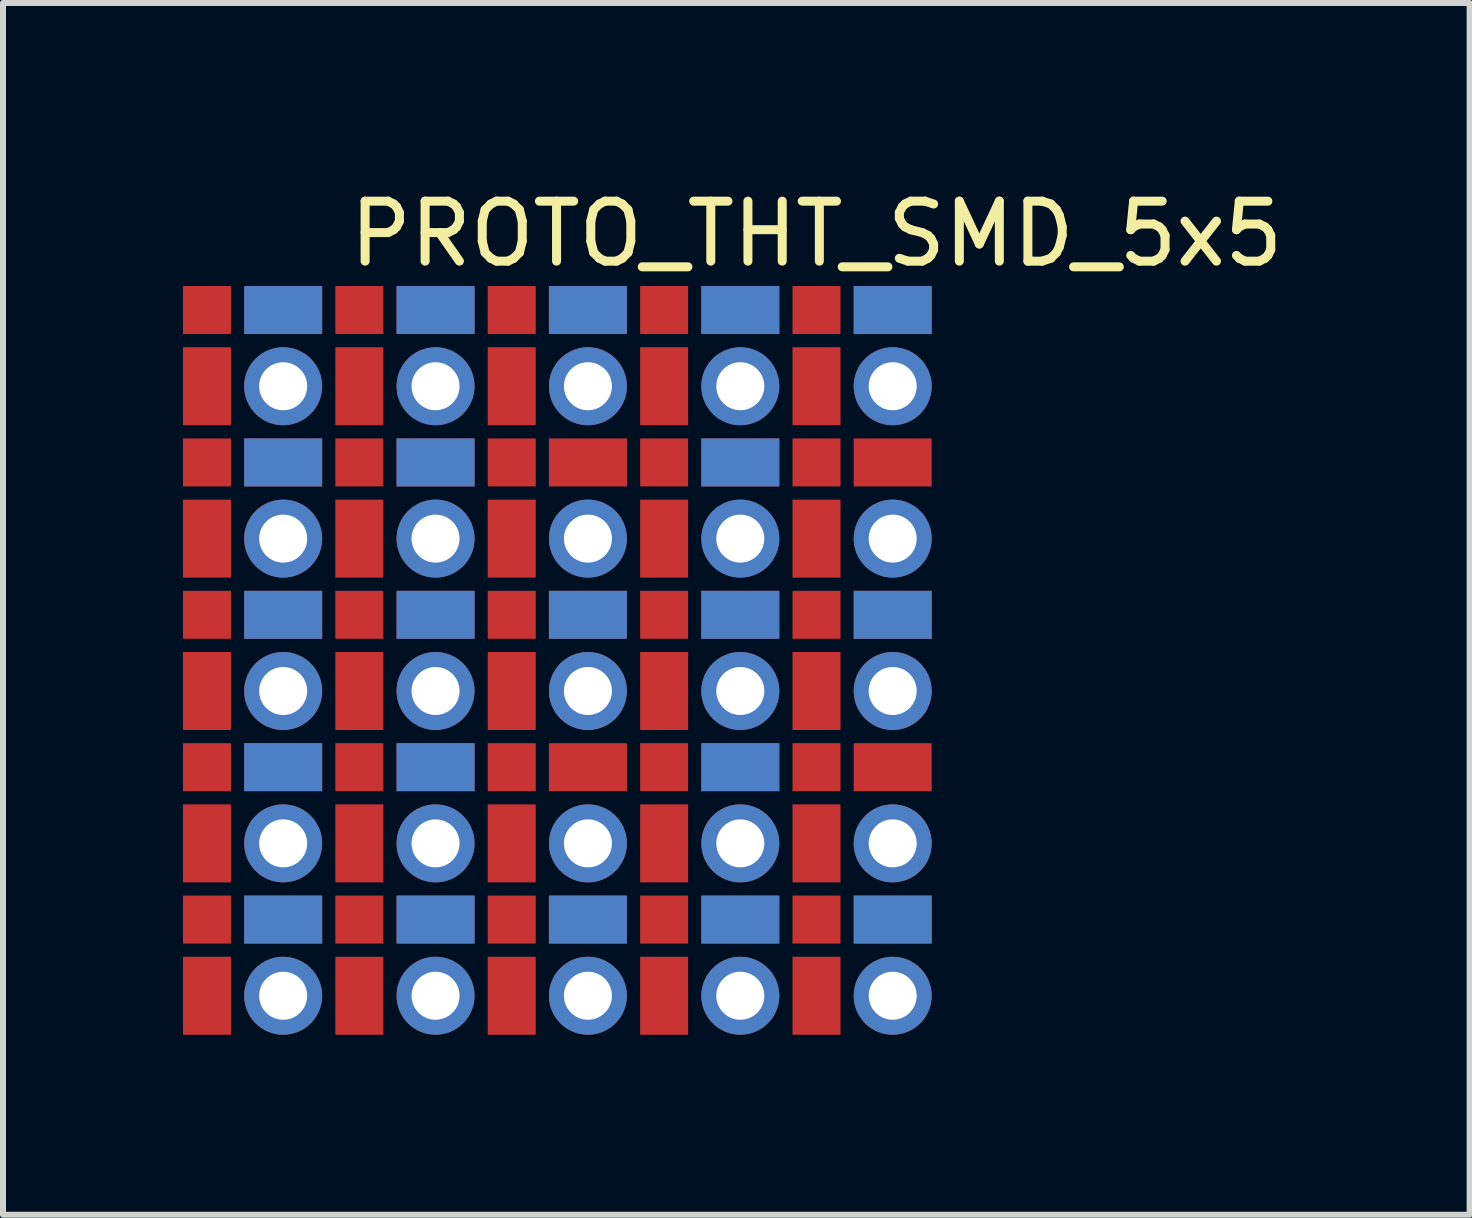
<source format=kicad_pcb>
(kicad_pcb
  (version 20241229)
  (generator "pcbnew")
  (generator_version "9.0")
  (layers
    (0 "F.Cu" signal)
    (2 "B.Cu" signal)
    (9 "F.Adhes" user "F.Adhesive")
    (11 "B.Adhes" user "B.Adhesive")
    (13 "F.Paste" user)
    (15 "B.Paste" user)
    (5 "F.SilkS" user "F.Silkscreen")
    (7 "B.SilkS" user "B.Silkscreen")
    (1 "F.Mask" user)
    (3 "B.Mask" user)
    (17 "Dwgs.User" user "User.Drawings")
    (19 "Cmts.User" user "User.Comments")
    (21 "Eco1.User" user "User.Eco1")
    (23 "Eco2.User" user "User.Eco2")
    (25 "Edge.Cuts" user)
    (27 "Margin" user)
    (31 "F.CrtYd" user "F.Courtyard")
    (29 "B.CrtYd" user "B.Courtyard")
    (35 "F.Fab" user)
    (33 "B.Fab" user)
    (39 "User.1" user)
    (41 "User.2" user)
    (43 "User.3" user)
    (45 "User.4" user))
  (footprint "PROTO_THT_SMD_5x5"
    (layer "F.Cu")
    (at 11.83 3.388)
    (property "Reference" "PROTO_THT_SMD_5x5" (at -1.27 -2.54 0) (layer "F.SilkS") (effects (font (size 1 1) (thickness 0.15))))
    (attr through_hole)
    (pad "" smd rect (at -11.43 -1.27 90) (size 0.8 0.8) (layers "F.Cu" "F.Mask" "F.Paste"))
    (pad "" smd rect (at -11.43 -1.27 90) (size 0.8 0.8) (layers "B.Mask"))
    (pad "" smd rect (at -11.43 0 90) (size 1.3 0.8) (layers "F.Cu" "F.Mask"))
    (pad "" smd rect (at -11.43 0 90) (size 1.3 0.8) (layers "B.Mask"))
    (pad "" smd rect (at -11.43 1.27 90) (size 0.8 0.8) (layers "F.Cu" "F.Mask" "F.Paste"))
    (pad "" smd rect (at -11.43 1.27 90) (size 0.8 0.8) (layers "B.Mask"))
    (pad "" smd rect (at -11.43 2.54 90) (size 1.3 0.8) (layers "F.Cu" "F.Mask"))
    (pad "" smd rect (at -11.43 2.54 90) (size 1.3 0.8) (layers "B.Mask"))
    (pad "" smd rect (at -11.43 3.81 90) (size 0.8 0.8) (layers "F.Cu" "F.Mask" "F.Paste"))
    (pad "" smd rect (at -11.43 3.81 90) (size 0.8 0.8) (layers "B.Mask"))
    (pad "" smd rect (at -11.43 5.08 90) (size 1.3 0.8) (layers "F.Cu" "F.Mask"))
    (pad "" smd rect (at -11.43 5.08 90) (size 1.3 0.8) (layers "B.Mask"))
    (pad "" smd rect (at -11.43 6.35 90) (size 0.8 0.8) (layers "F.Cu" "F.Mask" "F.Paste"))
    (pad "" smd rect (at -11.43 6.35 90) (size 0.8 0.8) (layers "B.Mask"))
    (pad "" smd rect (at -11.43 7.62 90) (size 1.3 0.8) (layers "F.Cu" "F.Mask"))
    (pad "" smd rect (at -11.43 7.62 90) (size 1.3 0.8) (layers "B.Mask"))
    (pad "" smd rect (at -11.43 8.89 90) (size 0.8 0.8) (layers "F.Cu" "F.Mask" "F.Paste"))
    (pad "" smd rect (at -11.43 8.89 90) (size 0.8 0.8) (layers "B.Mask"))
    (pad "" smd rect (at -11.43 10.16 90) (size 1.3 0.8) (layers "F.Cu" "F.Mask"))
    (pad "" smd rect (at -11.43 10.16 90) (size 1.3 0.8) (layers "B.Mask"))
    (pad "" smd rect (at -10.16 -1.27) (size 1.3 0.8) (layers "F.Cu" "F.Mask"))
    (pad "" smd rect (at -10.16 -1.27) (size 1.3 0.8) (layers "B.Cu" "B.Mask"))
    (pad "" thru_hole circle (at -10.16 0) (size 1.3 1.3) (drill 0.8) (layers "*.Cu" "*.Mask"))
    (pad "" smd rect (at -10.16 1.27) (size 1.3 0.8) (layers "F.Cu" "F.Mask"))
    (pad "" smd rect (at -10.16 1.27) (size 1.3 0.8) (layers "B.Cu" "B.Mask"))
    (pad "" thru_hole circle (at -10.16 2.54) (size 1.3 1.3) (drill 0.8) (layers "*.Cu" "*.Mask"))
    (pad "" smd rect (at -10.16 3.81) (size 1.3 0.8) (layers "F.Cu" "F.Mask"))
    (pad "" smd rect (at -10.16 3.81) (size 1.3 0.8) (layers "B.Cu" "B.Mask"))
    (pad "" thru_hole circle (at -10.16 5.08) (size 1.3 1.3) (drill 0.8) (layers "*.Cu" "*.Mask"))
    (pad "" smd rect (at -10.16 6.35) (size 1.3 0.8) (layers "F.Cu" "F.Mask"))
    (pad "" smd rect (at -10.16 6.35) (size 1.3 0.8) (layers "B.Cu" "B.Mask"))
    (pad "" thru_hole circle (at -10.16 7.62) (size 1.3 1.3) (drill 0.8) (layers "*.Cu" "*.Mask"))
    (pad "" smd rect (at -10.16 8.89) (size 1.3 0.8) (layers "F.Cu" "F.Mask"))
    (pad "" smd rect (at -10.16 8.89) (size 1.3 0.8) (layers "B.Cu" "B.Mask"))
    (pad "" thru_hole circle (at -10.16 10.16) (size 1.3 1.3) (drill 0.8) (layers "*.Cu" "*.Mask"))
    (pad "" smd rect (at -8.89 -1.27 90) (size 0.8 0.8) (layers "F.Cu" "F.Mask" "F.Paste"))
    (pad "" smd rect (at -8.89 -1.27 90) (size 0.8 0.8) (layers "B.Mask"))
    (pad "" smd rect (at -8.89 0 90) (size 1.3 0.8) (layers "F.Cu" "F.Mask"))
    (pad "" smd rect (at -8.89 0 90) (size 1.3 0.8) (layers "B.Mask"))
    (pad "" smd rect (at -8.89 1.27 90) (size 0.8 0.8) (layers "F.Cu" "F.Mask" "F.Paste"))
    (pad "" smd rect (at -8.89 1.27 90) (size 0.8 0.8) (layers "B.Mask"))
    (pad "" smd rect (at -8.89 2.54 90) (size 1.3 0.8) (layers "F.Cu" "F.Mask"))
    (pad "" smd rect (at -8.89 2.54 90) (size 1.3 0.8) (layers "B.Mask"))
    (pad "" smd rect (at -8.89 3.81 90) (size 0.8 0.8) (layers "F.Cu" "F.Mask" "F.Paste"))
    (pad "" smd rect (at -8.89 3.81 90) (size 0.8 0.8) (layers "B.Mask"))
    (pad "" smd rect (at -8.89 5.08 90) (size 1.3 0.8) (layers "F.Cu" "F.Mask"))
    (pad "" smd rect (at -8.89 5.08 90) (size 1.3 0.8) (layers "B.Mask"))
    (pad "" smd rect (at -8.89 6.35 90) (size 0.8 0.8) (layers "F.Cu" "F.Mask" "F.Paste"))
    (pad "" smd rect (at -8.89 6.35 90) (size 0.8 0.8) (layers "B.Mask"))
    (pad "" smd rect (at -8.89 7.62 90) (size 1.3 0.8) (layers "F.Cu" "F.Mask"))
    (pad "" smd rect (at -8.89 7.62 90) (size 1.3 0.8) (layers "B.Mask"))
    (pad "" smd rect (at -8.89 8.89 90) (size 0.8 0.8) (layers "F.Cu" "F.Mask" "F.Paste"))
    (pad "" smd rect (at -8.89 8.89 90) (size 0.8 0.8) (layers "B.Mask"))
    (pad "" smd rect (at -8.89 10.16 90) (size 1.3 0.8) (layers "F.Cu" "F.Mask"))
    (pad "" smd rect (at -8.89 10.16 90) (size 1.3 0.8) (layers "B.Mask"))
    (pad "" smd rect (at -7.62 -1.27) (size 1.3 0.8) (layers "F.Cu" "F.Mask"))
    (pad "" smd rect (at -7.62 -1.27) (size 1.3 0.8) (layers "B.Cu" "B.Mask"))
    (pad "" thru_hole circle (at -7.62 0) (size 1.3 1.3) (drill 0.8) (layers "*.Cu" "*.Mask"))
    (pad "" smd rect (at -7.62 1.27) (size 1.3 0.8) (layers "F.Cu" "F.Mask"))
    (pad "" smd rect (at -7.62 1.27) (size 1.3 0.8) (layers "B.Cu" "B.Mask"))
    (pad "" thru_hole circle (at -7.62 2.54) (size 1.3 1.3) (drill 0.8) (layers "*.Cu" "*.Mask"))
    (pad "" smd rect (at -7.62 3.81) (size 1.3 0.8) (layers "F.Cu" "F.Mask"))
    (pad "" smd rect (at -7.62 3.81) (size 1.3 0.8) (layers "B.Cu" "B.Mask"))
    (pad "" thru_hole circle (at -7.62 5.08) (size 1.3 1.3) (drill 0.8) (layers "*.Cu" "*.Mask"))
    (pad "" smd rect (at -7.62 6.35) (size 1.3 0.8) (layers "F.Cu" "F.Mask"))
    (pad "" smd rect (at -7.62 6.35) (size 1.3 0.8) (layers "B.Cu" "B.Mask"))
    (pad "" thru_hole circle (at -7.62 7.62) (size 1.3 1.3) (drill 0.8) (layers "*.Cu" "*.Mask"))
    (pad "" smd rect (at -7.62 8.89) (size 1.3 0.8) (layers "F.Cu" "F.Mask"))
    (pad "" smd rect (at -7.62 8.89) (size 1.3 0.8) (layers "B.Cu" "B.Mask"))
    (pad "" thru_hole circle (at -7.62 10.16) (size 1.3 1.3) (drill 0.8) (layers "*.Cu" "*.Mask"))
    (pad "" smd rect (at -6.35 -1.27 90) (size 0.8 0.8) (layers "F.Cu" "F.Mask" "F.Paste"))
    (pad "" smd rect (at -6.35 -1.27 90) (size 0.8 0.8) (layers "B.Mask"))
    (pad "" smd rect (at -6.35 0 90) (size 1.3 0.8) (layers "F.Cu" "F.Mask"))
    (pad "" smd rect (at -6.35 0 90) (size 1.3 0.8) (layers "B.Mask"))
    (pad "" smd rect (at -6.35 1.27 90) (size 0.8 0.8) (layers "F.Cu" "F.Mask" "F.Paste"))
    (pad "" smd rect (at -6.35 1.27 90) (size 0.8 0.8) (layers "B.Mask"))
    (pad "" smd rect (at -6.35 2.54 90) (size 1.3 0.8) (layers "F.Cu" "F.Mask"))
    (pad "" smd rect (at -6.35 2.54 90) (size 1.3 0.8) (layers "B.Mask"))
    (pad "" smd rect (at -6.35 3.81 90) (size 0.8 0.8) (layers "F.Cu" "F.Mask" "F.Paste"))
    (pad "" smd rect (at -6.35 3.81 90) (size 0.8 0.8) (layers "B.Mask"))
    (pad "" smd rect (at -6.35 5.08 90) (size 1.3 0.8) (layers "F.Cu" "F.Mask"))
    (pad "" smd rect (at -6.35 5.08 90) (size 1.3 0.8) (layers "B.Mask"))
    (pad "" smd rect (at -6.35 6.35 90) (size 0.8 0.8) (layers "F.Cu" "F.Mask" "F.Paste"))
    (pad "" smd rect (at -6.35 6.35 90) (size 0.8 0.8) (layers "B.Mask"))
    (pad "" smd rect (at -6.35 7.62 90) (size 1.3 0.8) (layers "F.Cu" "F.Mask"))
    (pad "" smd rect (at -6.35 7.62 90) (size 1.3 0.8) (layers "B.Mask"))
    (pad "" smd rect (at -6.35 8.89 90) (size 0.8 0.8) (layers "F.Cu" "F.Mask" "F.Paste"))
    (pad "" smd rect (at -6.35 8.89 90) (size 0.8 0.8) (layers "B.Mask"))
    (pad "" smd rect (at -6.35 10.16 90) (size 1.3 0.8) (layers "F.Cu" "F.Mask"))
    (pad "" smd rect (at -6.35 10.16 90) (size 1.3 0.8) (layers "B.Mask"))
    (pad "" smd rect (at -5.08 -1.27) (size 1.3 0.8) (layers "F.Cu" "F.Mask"))
    (pad "" smd rect (at -5.08 -1.27) (size 1.3 0.8) (layers "B.Cu" "B.Mask"))
    (pad "" thru_hole circle (at -5.08 0) (size 1.3 1.3) (drill 0.8) (layers "*.Cu" "*.Mask"))
    (pad "" smd rect (at -5.08 1.27) (size 1.3 0.8) (layers "F.Cu" "F.Mask"))
    (pad "" smd rect (at -5.08 1.27) (size 1.3 0.8) (layers "B.Mask"))
    (pad "" thru_hole circle (at -5.08 2.54) (size 1.3 1.3) (drill 0.8) (layers "*.Cu" "*.Mask"))
    (pad "" smd rect (at -5.08 3.81) (size 1.3 0.8) (layers "F.Cu" "F.Mask"))
    (pad "" smd rect (at -5.08 3.81) (size 1.3 0.8) (layers "B.Cu" "B.Mask"))
    (pad "" thru_hole circle (at -5.08 5.08) (size 1.3 1.3) (drill 0.8) (layers "*.Cu" "*.Mask"))
    (pad "" smd rect (at -5.08 6.35) (size 1.3 0.8) (layers "F.Cu" "F.Mask"))
    (pad "" smd rect (at -5.08 6.35) (size 1.3 0.8) (layers "B.Mask"))
    (pad "" thru_hole circle (at -5.08 7.62) (size 1.3 1.3) (drill 0.8) (layers "*.Cu" "*.Mask"))
    (pad "" smd rect (at -5.08 8.89) (size 1.3 0.8) (layers "F.Cu" "F.Mask"))
    (pad "" smd rect (at -5.08 8.89) (size 1.3 0.8) (layers "B.Cu" "B.Mask"))
    (pad "" thru_hole circle (at -5.08 10.16) (size 1.3 1.3) (drill 0.8) (layers "*.Cu" "*.Mask"))
    (pad "" smd rect (at -3.81 -1.27 90) (size 0.8 0.8) (layers "F.Cu" "F.Mask" "F.Paste"))
    (pad "" smd rect (at -3.81 -1.27 90) (size 0.8 0.8) (layers "B.Mask"))
    (pad "" smd rect (at -3.81 0 90) (size 1.3 0.8) (layers "F.Cu" "F.Mask"))
    (pad "" smd rect (at -3.81 0 90) (size 1.3 0.8) (layers "B.Mask"))
    (pad "" smd rect (at -3.81 1.27 90) (size 0.8 0.8) (layers "F.Cu" "F.Mask" "F.Paste"))
    (pad "" smd rect (at -3.81 1.27 90) (size 0.8 0.8) (layers "B.Mask"))
    (pad "" smd rect (at -3.81 2.54 90) (size 1.3 0.8) (layers "F.Cu" "F.Mask"))
    (pad "" smd rect (at -3.81 2.54 90) (size 1.3 0.8) (layers "B.Mask"))
    (pad "" smd rect (at -3.81 3.81 90) (size 0.8 0.8) (layers "F.Cu" "F.Mask" "F.Paste"))
    (pad "" smd rect (at -3.81 3.81 90) (size 0.8 0.8) (layers "B.Mask"))
    (pad "" smd rect (at -3.81 5.08 90) (size 1.3 0.8) (layers "F.Cu" "F.Mask"))
    (pad "" smd rect (at -3.81 5.08 90) (size 1.3 0.8) (layers "B.Mask"))
    (pad "" smd rect (at -3.81 6.35 90) (size 0.8 0.8) (layers "F.Cu" "F.Mask" "F.Paste"))
    (pad "" smd rect (at -3.81 6.35 90) (size 0.8 0.8) (layers "B.Mask"))
    (pad "" smd rect (at -3.81 7.62 90) (size 1.3 0.8) (layers "F.Cu" "F.Mask"))
    (pad "" smd rect (at -3.81 7.62 90) (size 1.3 0.8) (layers "B.Mask"))
    (pad "" smd rect (at -3.81 8.89 90) (size 0.8 0.8) (layers "F.Cu" "F.Mask" "F.Paste"))
    (pad "" smd rect (at -3.81 8.89 90) (size 0.8 0.8) (layers "B.Mask"))
    (pad "" smd rect (at -3.81 10.16 90) (size 1.3 0.8) (layers "F.Cu" "F.Mask"))
    (pad "" smd rect (at -3.81 10.16 90) (size 1.3 0.8) (layers "B.Mask"))
    (pad "" smd rect (at -2.54 -1.27) (size 1.3 0.8) (layers "F.Cu" "F.Mask"))
    (pad "" smd rect (at -2.54 -1.27) (size 1.3 0.8) (layers "B.Cu" "B.Mask"))
    (pad "" thru_hole circle (at -2.54 0) (size 1.3 1.3) (drill 0.8) (layers "*.Cu" "*.Mask"))
    (pad "" smd rect (at -2.54 1.27) (size 1.3 0.8) (layers "F.Cu" "F.Mask"))
    (pad "" smd rect (at -2.54 1.27) (size 1.3 0.8) (layers "B.Cu" "B.Mask"))
    (pad "" thru_hole circle (at -2.54 2.54) (size 1.3 1.3) (drill 0.8) (layers "*.Cu" "*.Mask"))
    (pad "" smd rect (at -2.54 3.81) (size 1.3 0.8) (layers "F.Cu" "F.Mask"))
    (pad "" smd rect (at -2.54 3.81) (size 1.3 0.8) (layers "B.Cu" "B.Mask"))
    (pad "" thru_hole circle (at -2.54 5.08) (size 1.3 1.3) (drill 0.8) (layers "*.Cu" "*.Mask"))
    (pad "" smd rect (at -2.54 6.35) (size 1.3 0.8) (layers "F.Cu" "F.Mask"))
    (pad "" smd rect (at -2.54 6.35) (size 1.3 0.8) (layers "B.Cu" "B.Mask"))
    (pad "" thru_hole circle (at -2.54 7.62) (size 1.3 1.3) (drill 0.8) (layers "*.Cu" "*.Mask"))
    (pad "" smd rect (at -2.54 8.89) (size 1.3 0.8) (layers "F.Cu" "F.Mask"))
    (pad "" smd rect (at -2.54 8.89) (size 1.3 0.8) (layers "B.Cu" "B.Mask"))
    (pad "" thru_hole circle (at -2.54 10.16) (size 1.3 1.3) (drill 0.8) (layers "*.Cu" "*.Mask"))
    (pad "" smd rect (at -1.27 -1.27 90) (size 0.8 0.8) (layers "F.Cu" "F.Mask" "F.Paste"))
    (pad "" smd rect (at -1.27 -1.27 90) (size 0.8 0.8) (layers "B.Mask"))
    (pad "" smd rect (at -1.27 0 90) (size 1.3 0.8) (layers "F.Cu" "F.Mask"))
    (pad "" smd rect (at -1.27 0 90) (size 1.3 0.8) (layers "B.Mask"))
    (pad "" smd rect (at -1.27 1.27 90) (size 0.8 0.8) (layers "F.Cu" "F.Mask" "F.Paste"))
    (pad "" smd rect (at -1.27 1.27 90) (size 0.8 0.8) (layers "B.Mask"))
    (pad "" smd rect (at -1.27 2.54 90) (size 1.3 0.8) (layers "F.Cu" "F.Mask"))
    (pad "" smd rect (at -1.27 2.54 90) (size 1.3 0.8) (layers "B.Mask"))
    (pad "" smd rect (at -1.27 3.81 90) (size 0.8 0.8) (layers "F.Cu" "F.Mask" "F.Paste"))
    (pad "" smd rect (at -1.27 3.81 90) (size 0.8 0.8) (layers "B.Mask"))
    (pad "" smd rect (at -1.27 5.08 90) (size 1.3 0.8) (layers "F.Cu" "F.Mask"))
    (pad "" smd rect (at -1.27 5.08 90) (size 1.3 0.8) (layers "B.Mask"))
    (pad "" smd rect (at -1.27 6.35 90) (size 0.8 0.8) (layers "F.Cu" "F.Mask" "F.Paste"))
    (pad "" smd rect (at -1.27 6.35 90) (size 0.8 0.8) (layers "B.Mask"))
    (pad "" smd rect (at -1.27 7.62 90) (size 1.3 0.8) (layers "F.Cu" "F.Mask"))
    (pad "" smd rect (at -1.27 7.62 90) (size 1.3 0.8) (layers "B.Mask"))
    (pad "" smd rect (at -1.27 8.89 90) (size 0.8 0.8) (layers "F.Cu" "F.Mask" "F.Paste"))
    (pad "" smd rect (at -1.27 8.89 90) (size 0.8 0.8) (layers "B.Mask"))
    (pad "" smd rect (at -1.27 10.16 90) (size 1.3 0.8) (layers "F.Cu" "F.Mask"))
    (pad "" smd rect (at -1.27 10.16 90) (size 1.3 0.8) (layers "B.Mask"))
    (pad "" smd rect (at 0 -1.27) (size 1.3 0.8) (layers "F.Cu" "F.Mask"))
    (pad "" smd rect (at 0 -1.27) (size 1.3 0.8) (layers "B.Cu" "B.Mask"))
    (pad "" thru_hole circle (at 0 0) (size 1.3 1.3) (drill 0.8) (layers "*.Cu" "*.Mask"))
    (pad "" smd rect (at 0 1.27) (size 1.3 0.8) (layers "F.Cu" "F.Mask"))
    (pad "" smd rect (at 0 1.27) (size 1.3 0.8) (layers "B.Mask"))
    (pad "" thru_hole circle (at 0 2.54) (size 1.3 1.3) (drill 0.8) (layers "*.Cu" "*.Mask"))
    (pad "" smd rect (at 0 3.81) (size 1.3 0.8) (layers "F.Cu" "F.Mask"))
    (pad "" smd rect (at 0 3.81) (size 1.3 0.8) (layers "B.Cu" "B.Mask"))
    (pad "" thru_hole circle (at 0 5.08) (size 1.3 1.3) (drill 0.8) (layers "*.Cu" "*.Mask"))
    (pad "" smd rect (at 0 6.35) (size 1.3 0.8) (layers "F.Cu" "F.Mask"))
    (pad "" smd rect (at 0 6.35) (size 1.3 0.8) (layers "B.Mask"))
    (pad "" thru_hole circle (at 0 7.62) (size 1.3 1.3) (drill 0.8) (layers "*.Cu" "*.Mask"))
    (pad "" smd rect (at 0 8.89) (size 1.3 0.8) (layers "F.Cu" "F.Mask"))
    (pad "" smd rect (at 0 8.89) (size 1.3 0.8) (layers "B.Cu" "B.Mask"))
    (pad "" thru_hole circle (at 0 10.16) (size 1.3 1.3) (drill 0.8) (layers "*.Cu" "*.Mask")))
  (gr_rect
    (start -3 -3)
    (end 21.447 17.198)
    (stroke (width 0.1) (type default))
    (fill no)
    (layer "Edge.Cuts")))
</source>
